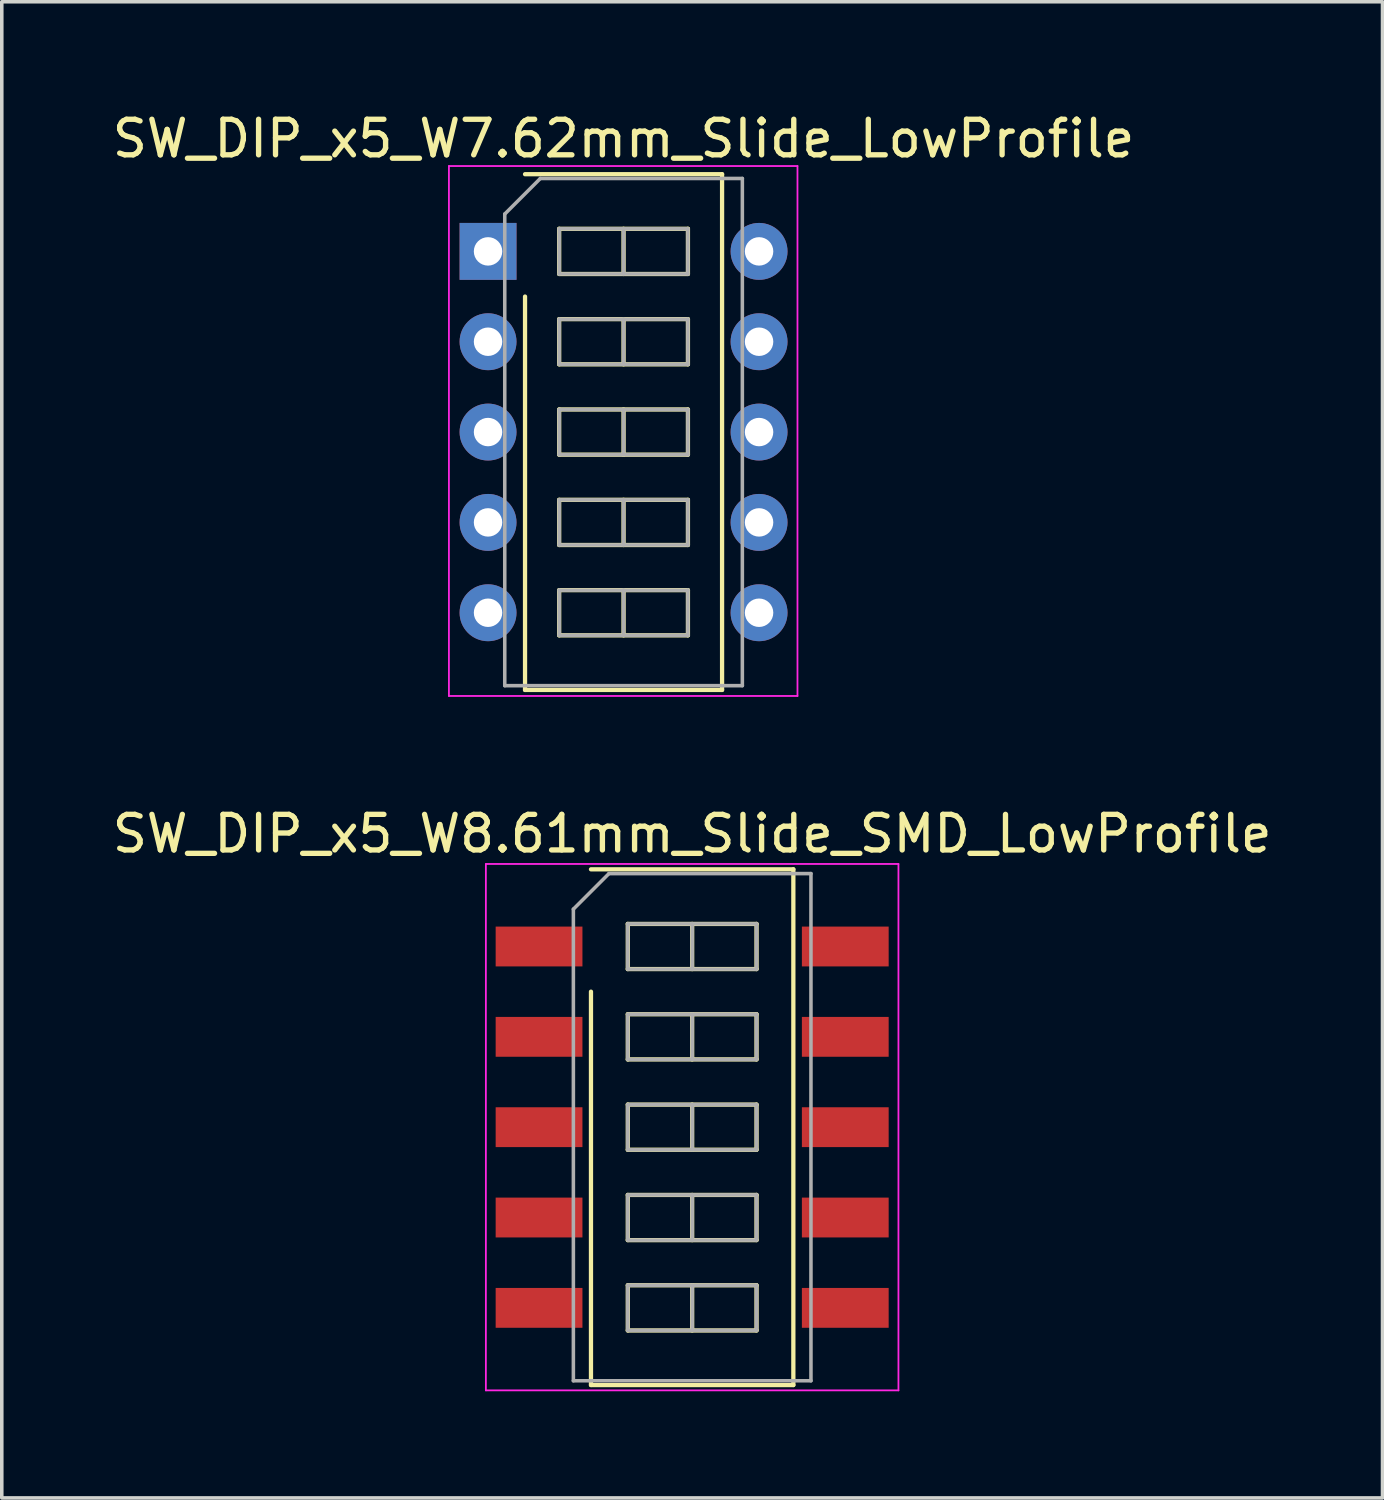
<source format=kicad_pcb>
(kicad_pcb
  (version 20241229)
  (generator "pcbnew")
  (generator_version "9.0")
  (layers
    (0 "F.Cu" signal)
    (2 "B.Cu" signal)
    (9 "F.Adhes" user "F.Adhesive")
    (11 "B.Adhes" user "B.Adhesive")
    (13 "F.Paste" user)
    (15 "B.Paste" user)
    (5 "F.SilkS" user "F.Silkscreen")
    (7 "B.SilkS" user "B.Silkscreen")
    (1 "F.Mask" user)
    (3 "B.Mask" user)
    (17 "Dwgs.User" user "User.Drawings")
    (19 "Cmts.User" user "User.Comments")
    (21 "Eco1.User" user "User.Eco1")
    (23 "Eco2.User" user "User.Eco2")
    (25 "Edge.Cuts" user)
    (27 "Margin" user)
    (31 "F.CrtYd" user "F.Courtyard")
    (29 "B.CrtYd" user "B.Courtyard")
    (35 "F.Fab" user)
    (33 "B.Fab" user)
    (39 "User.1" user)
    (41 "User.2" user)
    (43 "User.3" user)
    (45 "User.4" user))
  (footprint "SW_DIP_x5_W8.61mm_Slide_SMD_LowProfile"
    (layer "F.Cu")
    (at 16.411 28.642)
    (property "Reference" "SW_DIP_x5_W8.61mm_Slide_SMD_LowProfile" (at 0 -8.25 0) (layer "F.SilkS") (effects (font (size 1 1) (thickness 0.15))))
    (attr smd)
    (fp_line (start -2.845 -7.25) (end 2.845 -7.25) (stroke (width 0.12) (type solid)) (layer "F.SilkS"))
    (fp_line (start -2.845 7.25) (end -2.845 -3.81) (stroke (width 0.12) (type solid)) (layer "F.SilkS"))
    (fp_line (start -1.81 -5.715) (end -1.81 -4.445) (stroke (width 0.12) (type solid)) (layer "F.SilkS"))
    (fp_line (start -1.81 -4.445) (end 1.81 -4.445) (stroke (width 0.12) (type solid)) (layer "F.SilkS"))
    (fp_line (start -1.81 -3.175) (end -1.81 -1.905) (stroke (width 0.12) (type solid)) (layer "F.SilkS"))
    (fp_line (start -1.81 -1.905) (end 1.81 -1.905) (stroke (width 0.12) (type solid)) (layer "F.SilkS"))
    (fp_line (start -1.81 -0.635) (end -1.81 0.635) (stroke (width 0.12) (type solid)) (layer "F.SilkS"))
    (fp_line (start -1.81 0.635) (end 1.81 0.635) (stroke (width 0.12) (type solid)) (layer "F.SilkS"))
    (fp_line (start -1.81 1.905) (end -1.81 3.175) (stroke (width 0.12) (type solid)) (layer "F.SilkS"))
    (fp_line (start -1.81 3.175) (end 1.81 3.175) (stroke (width 0.12) (type solid)) (layer "F.SilkS"))
    (fp_line (start -1.81 4.445) (end -1.81 5.715) (stroke (width 0.12) (type solid)) (layer "F.SilkS"))
    (fp_line (start -1.81 5.715) (end 1.81 5.715) (stroke (width 0.12) (type solid)) (layer "F.SilkS"))
    (fp_line (start 0 -5.715) (end 0 -4.445) (stroke (width 0.12) (type solid)) (layer "F.SilkS"))
    (fp_line (start 0 -3.175) (end 0 -1.905) (stroke (width 0.12) (type solid)) (layer "F.SilkS"))
    (fp_line (start 0 -0.635) (end 0 0.635) (stroke (width 0.12) (type solid)) (layer "F.SilkS"))
    (fp_line (start 0 1.905) (end 0 3.175) (stroke (width 0.12) (type solid)) (layer "F.SilkS"))
    (fp_line (start 0 4.445) (end 0 5.715) (stroke (width 0.12) (type solid)) (layer "F.SilkS"))
    (fp_line (start 1.81 -5.715) (end -1.81 -5.715) (stroke (width 0.12) (type solid)) (layer "F.SilkS"))
    (fp_line (start 1.81 -4.445) (end 1.81 -5.715) (stroke (width 0.12) (type solid)) (layer "F.SilkS"))
    (fp_line (start 1.81 -3.175) (end -1.81 -3.175) (stroke (width 0.12) (type solid)) (layer "F.SilkS"))
    (fp_line (start 1.81 -1.905) (end 1.81 -3.175) (stroke (width 0.12) (type solid)) (layer "F.SilkS"))
    (fp_line (start 1.81 -0.635) (end -1.81 -0.635) (stroke (width 0.12) (type solid)) (layer "F.SilkS"))
    (fp_line (start 1.81 0.635) (end 1.81 -0.635) (stroke (width 0.12) (type solid)) (layer "F.SilkS"))
    (fp_line (start 1.81 1.905) (end -1.81 1.905) (stroke (width 0.12) (type solid)) (layer "F.SilkS"))
    (fp_line (start 1.81 3.175) (end 1.81 1.905) (stroke (width 0.12) (type solid)) (layer "F.SilkS"))
    (fp_line (start 1.81 4.445) (end -1.81 4.445) (stroke (width 0.12) (type solid)) (layer "F.SilkS"))
    (fp_line (start 1.81 5.715) (end 1.81 4.445) (stroke (width 0.12) (type solid)) (layer "F.SilkS"))
    (fp_line (start 2.845 -7.25) (end 2.845 7.25) (stroke (width 0.12) (type solid)) (layer "F.SilkS"))
    (fp_line (start 2.845 7.25) (end -2.845 7.25) (stroke (width 0.12) (type solid)) (layer "F.SilkS"))
    (fp_line (start -5.8 -7.4) (end -5.8 7.4) (stroke (width 0.05) (type solid)) (layer "F.CrtYd"))
    (fp_line (start -5.8 7.4) (end 5.8 7.4) (stroke (width 0.05) (type solid)) (layer "F.CrtYd"))
    (fp_line (start 5.8 -7.4) (end -5.8 -7.4) (stroke (width 0.05) (type solid)) (layer "F.CrtYd"))
    (fp_line (start 5.8 7.4) (end 5.8 -7.4) (stroke (width 0.05) (type solid)) (layer "F.CrtYd"))
    (fp_line (start -3.34 -6.13) (end -2.34 -7.13) (stroke (width 0.1) (type solid)) (layer "F.Fab"))
    (fp_line (start -3.34 7.13) (end -3.34 -6.13) (stroke (width 0.1) (type solid)) (layer "F.Fab"))
    (fp_line (start -2.34 -7.13) (end 3.34 -7.13) (stroke (width 0.1) (type solid)) (layer "F.Fab"))
    (fp_line (start -1.81 -5.715) (end -1.81 -4.445) (stroke (width 0.1) (type solid)) (layer "F.Fab"))
    (fp_line (start -1.81 -4.445) (end 1.81 -4.445) (stroke (width 0.1) (type solid)) (layer "F.Fab"))
    (fp_line (start -1.81 -3.175) (end -1.81 -1.905) (stroke (width 0.1) (type solid)) (layer "F.Fab"))
    (fp_line (start -1.81 -1.905) (end 1.81 -1.905) (stroke (width 0.1) (type solid)) (layer "F.Fab"))
    (fp_line (start -1.81 -0.635) (end -1.81 0.635) (stroke (width 0.1) (type solid)) (layer "F.Fab"))
    (fp_line (start -1.81 0.635) (end 1.81 0.635) (stroke (width 0.1) (type solid)) (layer "F.Fab"))
    (fp_line (start -1.81 1.905) (end -1.81 3.175) (stroke (width 0.1) (type solid)) (layer "F.Fab"))
    (fp_line (start -1.81 3.175) (end 1.81 3.175) (stroke (width 0.1) (type solid)) (layer "F.Fab"))
    (fp_line (start -1.81 4.445) (end -1.81 5.715) (stroke (width 0.1) (type solid)) (layer "F.Fab"))
    (fp_line (start -1.81 5.715) (end 1.81 5.715) (stroke (width 0.1) (type solid)) (layer "F.Fab"))
    (fp_line (start 0 -5.715) (end 0 -4.445) (stroke (width 0.1) (type solid)) (layer "F.Fab"))
    (fp_line (start 0 -3.175) (end 0 -1.905) (stroke (width 0.1) (type solid)) (layer "F.Fab"))
    (fp_line (start 0 -0.635) (end 0 0.635) (stroke (width 0.1) (type solid)) (layer "F.Fab"))
    (fp_line (start 0 1.905) (end 0 3.175) (stroke (width 0.1) (type solid)) (layer "F.Fab"))
    (fp_line (start 0 4.445) (end 0 5.715) (stroke (width 0.1) (type solid)) (layer "F.Fab"))
    (fp_line (start 1.81 -5.715) (end -1.81 -5.715) (stroke (width 0.1) (type solid)) (layer "F.Fab"))
    (fp_line (start 1.81 -4.445) (end 1.81 -5.715) (stroke (width 0.1) (type solid)) (layer "F.Fab"))
    (fp_line (start 1.81 -3.175) (end -1.81 -3.175) (stroke (width 0.1) (type solid)) (layer "F.Fab"))
    (fp_line (start 1.81 -1.905) (end 1.81 -3.175) (stroke (width 0.1) (type solid)) (layer "F.Fab"))
    (fp_line (start 1.81 -0.635) (end -1.81 -0.635) (stroke (width 0.1) (type solid)) (layer "F.Fab"))
    (fp_line (start 1.81 0.635) (end 1.81 -0.635) (stroke (width 0.1) (type solid)) (layer "F.Fab"))
    (fp_line (start 1.81 1.905) (end -1.81 1.905) (stroke (width 0.1) (type solid)) (layer "F.Fab"))
    (fp_line (start 1.81 3.175) (end 1.81 1.905) (stroke (width 0.1) (type solid)) (layer "F.Fab"))
    (fp_line (start 1.81 4.445) (end -1.81 4.445) (stroke (width 0.1) (type solid)) (layer "F.Fab"))
    (fp_line (start 1.81 5.715) (end 1.81 4.445) (stroke (width 0.1) (type solid)) (layer "F.Fab"))
    (fp_line (start 3.34 -7.13) (end 3.34 7.13) (stroke (width 0.1) (type solid)) (layer "F.Fab"))
    (fp_line (start 3.34 7.13) (end -3.34 7.13) (stroke (width 0.1) (type solid)) (layer "F.Fab"))
    (pad "1" smd rect (at -4.305 -5.08) (size 2.44 1.12) (layers "F.Cu" "F.Mask"))
    (pad "2" smd rect (at -4.305 -2.54) (size 2.44 1.12) (layers "F.Cu" "F.Mask"))
    (pad "3" smd rect (at -4.305 0) (size 2.44 1.12) (layers "F.Cu" "F.Mask"))
    (pad "4" smd rect (at -4.305 2.54) (size 2.44 1.12) (layers "F.Cu" "F.Mask"))
    (pad "5" smd rect (at -4.305 5.08) (size 2.44 1.12) (layers "F.Cu" "F.Mask"))
    (pad "6" smd rect (at 4.305 5.08) (size 2.44 1.12) (layers "F.Cu" "F.Mask"))
    (pad "7" smd rect (at 4.305 2.54) (size 2.44 1.12) (layers "F.Cu" "F.Mask"))
    (pad "8" smd rect (at 4.305 0) (size 2.44 1.12) (layers "F.Cu" "F.Mask"))
    (pad "9" smd rect (at 4.305 -2.54) (size 2.44 1.12) (layers "F.Cu" "F.Mask"))
    (pad "10" smd rect (at 4.305 -5.08) (size 2.44 1.12) (layers "F.Cu" "F.Mask")))
  (footprint "SW_DIP_x5_W7.62mm_Slide_LowProfile"
    (layer "F.Cu")
    (at 10.672 4.018)
    (property "Reference" "SW_DIP_x5_W7.62mm_Slide_LowProfile" (at 3.81 -3.17 0) (layer "F.SilkS") (effects (font (size 1 1) (thickness 0.15))))
    (attr through_hole)
    (fp_line (start 1.04 -2.17) (end 6.58 -2.17) (stroke (width 0.12) (type solid)) (layer "F.SilkS"))
    (fp_line (start 1.04 12.33) (end 1.04 1.27) (stroke (width 0.12) (type solid)) (layer "F.SilkS"))
    (fp_line (start 2 -0.635) (end 2 0.635) (stroke (width 0.12) (type solid)) (layer "F.SilkS"))
    (fp_line (start 2 0.635) (end 5.62 0.635) (stroke (width 0.12) (type solid)) (layer "F.SilkS"))
    (fp_line (start 2 1.905) (end 2 3.175) (stroke (width 0.12) (type solid)) (layer "F.SilkS"))
    (fp_line (start 2 3.175) (end 5.62 3.175) (stroke (width 0.12) (type solid)) (layer "F.SilkS"))
    (fp_line (start 2 4.445) (end 2 5.715) (stroke (width 0.12) (type solid)) (layer "F.SilkS"))
    (fp_line (start 2 5.715) (end 5.62 5.715) (stroke (width 0.12) (type solid)) (layer "F.SilkS"))
    (fp_line (start 2 6.985) (end 2 8.255) (stroke (width 0.12) (type solid)) (layer "F.SilkS"))
    (fp_line (start 2 8.255) (end 5.62 8.255) (stroke (width 0.12) (type solid)) (layer "F.SilkS"))
    (fp_line (start 2 9.525) (end 2 10.795) (stroke (width 0.12) (type solid)) (layer "F.SilkS"))
    (fp_line (start 2 10.795) (end 5.62 10.795) (stroke (width 0.12) (type solid)) (layer "F.SilkS"))
    (fp_line (start 3.81 -0.635) (end 3.81 0.635) (stroke (width 0.12) (type solid)) (layer "F.SilkS"))
    (fp_line (start 3.81 1.905) (end 3.81 3.175) (stroke (width 0.12) (type solid)) (layer "F.SilkS"))
    (fp_line (start 3.81 4.445) (end 3.81 5.715) (stroke (width 0.12) (type solid)) (layer "F.SilkS"))
    (fp_line (start 3.81 6.985) (end 3.81 8.255) (stroke (width 0.12) (type solid)) (layer "F.SilkS"))
    (fp_line (start 3.81 9.525) (end 3.81 10.795) (stroke (width 0.12) (type solid)) (layer "F.SilkS"))
    (fp_line (start 5.62 -0.635) (end 2 -0.635) (stroke (width 0.12) (type solid)) (layer "F.SilkS"))
    (fp_line (start 5.62 0.635) (end 5.62 -0.635) (stroke (width 0.12) (type solid)) (layer "F.SilkS"))
    (fp_line (start 5.62 1.905) (end 2 1.905) (stroke (width 0.12) (type solid)) (layer "F.SilkS"))
    (fp_line (start 5.62 3.175) (end 5.62 1.905) (stroke (width 0.12) (type solid)) (layer "F.SilkS"))
    (fp_line (start 5.62 4.445) (end 2 4.445) (stroke (width 0.12) (type solid)) (layer "F.SilkS"))
    (fp_line (start 5.62 5.715) (end 5.62 4.445) (stroke (width 0.12) (type solid)) (layer "F.SilkS"))
    (fp_line (start 5.62 6.985) (end 2 6.985) (stroke (width 0.12) (type solid)) (layer "F.SilkS"))
    (fp_line (start 5.62 8.255) (end 5.62 6.985) (stroke (width 0.12) (type solid)) (layer "F.SilkS"))
    (fp_line (start 5.62 9.525) (end 2 9.525) (stroke (width 0.12) (type solid)) (layer "F.SilkS"))
    (fp_line (start 5.62 10.795) (end 5.62 9.525) (stroke (width 0.12) (type solid)) (layer "F.SilkS"))
    (fp_line (start 6.58 -2.17) (end 6.58 12.33) (stroke (width 0.12) (type solid)) (layer "F.SilkS"))
    (fp_line (start 6.58 12.33) (end 1.04 12.33) (stroke (width 0.12) (type solid)) (layer "F.SilkS"))
    (fp_line (start -1.1 -2.4) (end -1.1 12.5) (stroke (width 0.05) (type solid)) (layer "F.CrtYd"))
    (fp_line (start -1.1 12.5) (end 8.7 12.5) (stroke (width 0.05) (type solid)) (layer "F.CrtYd"))
    (fp_line (start 8.7 -2.4) (end -1.1 -2.4) (stroke (width 0.05) (type solid)) (layer "F.CrtYd"))
    (fp_line (start 8.7 12.5) (end 8.7 -2.4) (stroke (width 0.05) (type solid)) (layer "F.CrtYd"))
    (fp_line (start 0.47 -1.05) (end 1.47 -2.05) (stroke (width 0.1) (type solid)) (layer "F.Fab"))
    (fp_line (start 0.47 12.21) (end 0.47 -1.05) (stroke (width 0.1) (type solid)) (layer "F.Fab"))
    (fp_line (start 1.47 -2.05) (end 7.15 -2.05) (stroke (width 0.1) (type solid)) (layer "F.Fab"))
    (fp_line (start 2 -0.635) (end 2 0.635) (stroke (width 0.1) (type solid)) (layer "F.Fab"))
    (fp_line (start 2 0.635) (end 5.62 0.635) (stroke (width 0.1) (type solid)) (layer "F.Fab"))
    (fp_line (start 2 1.905) (end 2 3.175) (stroke (width 0.1) (type solid)) (layer "F.Fab"))
    (fp_line (start 2 3.175) (end 5.62 3.175) (stroke (width 0.1) (type solid)) (layer "F.Fab"))
    (fp_line (start 2 4.445) (end 2 5.715) (stroke (width 0.1) (type solid)) (layer "F.Fab"))
    (fp_line (start 2 5.715) (end 5.62 5.715) (stroke (width 0.1) (type solid)) (layer "F.Fab"))
    (fp_line (start 2 6.985) (end 2 8.255) (stroke (width 0.1) (type solid)) (layer "F.Fab"))
    (fp_line (start 2 8.255) (end 5.62 8.255) (stroke (width 0.1) (type solid)) (layer "F.Fab"))
    (fp_line (start 2 9.525) (end 2 10.795) (stroke (width 0.1) (type solid)) (layer "F.Fab"))
    (fp_line (start 2 10.795) (end 5.62 10.795) (stroke (width 0.1) (type solid)) (layer "F.Fab"))
    (fp_line (start 3.81 -0.635) (end 3.81 0.635) (stroke (width 0.1) (type solid)) (layer "F.Fab"))
    (fp_line (start 3.81 1.905) (end 3.81 3.175) (stroke (width 0.1) (type solid)) (layer "F.Fab"))
    (fp_line (start 3.81 4.445) (end 3.81 5.715) (stroke (width 0.1) (type solid)) (layer "F.Fab"))
    (fp_line (start 3.81 6.985) (end 3.81 8.255) (stroke (width 0.1) (type solid)) (layer "F.Fab"))
    (fp_line (start 3.81 9.525) (end 3.81 10.795) (stroke (width 0.1) (type solid)) (layer "F.Fab"))
    (fp_line (start 5.62 -0.635) (end 2 -0.635) (stroke (width 0.1) (type solid)) (layer "F.Fab"))
    (fp_line (start 5.62 0.635) (end 5.62 -0.635) (stroke (width 0.1) (type solid)) (layer "F.Fab"))
    (fp_line (start 5.62 1.905) (end 2 1.905) (stroke (width 0.1) (type solid)) (layer "F.Fab"))
    (fp_line (start 5.62 3.175) (end 5.62 1.905) (stroke (width 0.1) (type solid)) (layer "F.Fab"))
    (fp_line (start 5.62 4.445) (end 2 4.445) (stroke (width 0.1) (type solid)) (layer "F.Fab"))
    (fp_line (start 5.62 5.715) (end 5.62 4.445) (stroke (width 0.1) (type solid)) (layer "F.Fab"))
    (fp_line (start 5.62 6.985) (end 2 6.985) (stroke (width 0.1) (type solid)) (layer "F.Fab"))
    (fp_line (start 5.62 8.255) (end 5.62 6.985) (stroke (width 0.1) (type solid)) (layer "F.Fab"))
    (fp_line (start 5.62 9.525) (end 2 9.525) (stroke (width 0.1) (type solid)) (layer "F.Fab"))
    (fp_line (start 5.62 10.795) (end 5.62 9.525) (stroke (width 0.1) (type solid)) (layer "F.Fab"))
    (fp_line (start 7.15 -2.05) (end 7.15 12.21) (stroke (width 0.1) (type solid)) (layer "F.Fab"))
    (fp_line (start 7.15 12.21) (end 0.47 12.21) (stroke (width 0.1) (type solid)) (layer "F.Fab"))
    (pad "1" thru_hole rect (at 0 0) (size 1.6 1.6) (drill 0.8) (layers "*.Cu" "*.Mask"))
    (pad "2" thru_hole oval (at 0 2.54) (size 1.6 1.6) (drill 0.8) (layers "*.Cu" "*.Mask"))
    (pad "3" thru_hole oval (at 0 5.08) (size 1.6 1.6) (drill 0.8) (layers "*.Cu" "*.Mask"))
    (pad "4" thru_hole oval (at 0 7.62) (size 1.6 1.6) (drill 0.8) (layers "*.Cu" "*.Mask"))
    (pad "5" thru_hole oval (at 0 10.16) (size 1.6 1.6) (drill 0.8) (layers "*.Cu" "*.Mask"))
    (pad "6" thru_hole oval (at 7.62 10.16) (size 1.6 1.6) (drill 0.8) (layers "*.Cu" "*.Mask"))
    (pad "7" thru_hole oval (at 7.62 7.62) (size 1.6 1.6) (drill 0.8) (layers "*.Cu" "*.Mask"))
    (pad "8" thru_hole oval (at 7.62 5.08) (size 1.6 1.6) (drill 0.8) (layers "*.Cu" "*.Mask"))
    (pad "9" thru_hole oval (at 7.62 2.54) (size 1.6 1.6) (drill 0.8) (layers "*.Cu" "*.Mask"))
    (pad "10" thru_hole oval (at 7.62 0) (size 1.6 1.6) (drill 0.8) (layers "*.Cu" "*.Mask")))
  (gr_rect
    (start -3 -3)
    (end 35.821 39.066)
    (stroke (width 0.1) (type default))
    (fill no)
    (layer "Edge.Cuts")))
</source>
